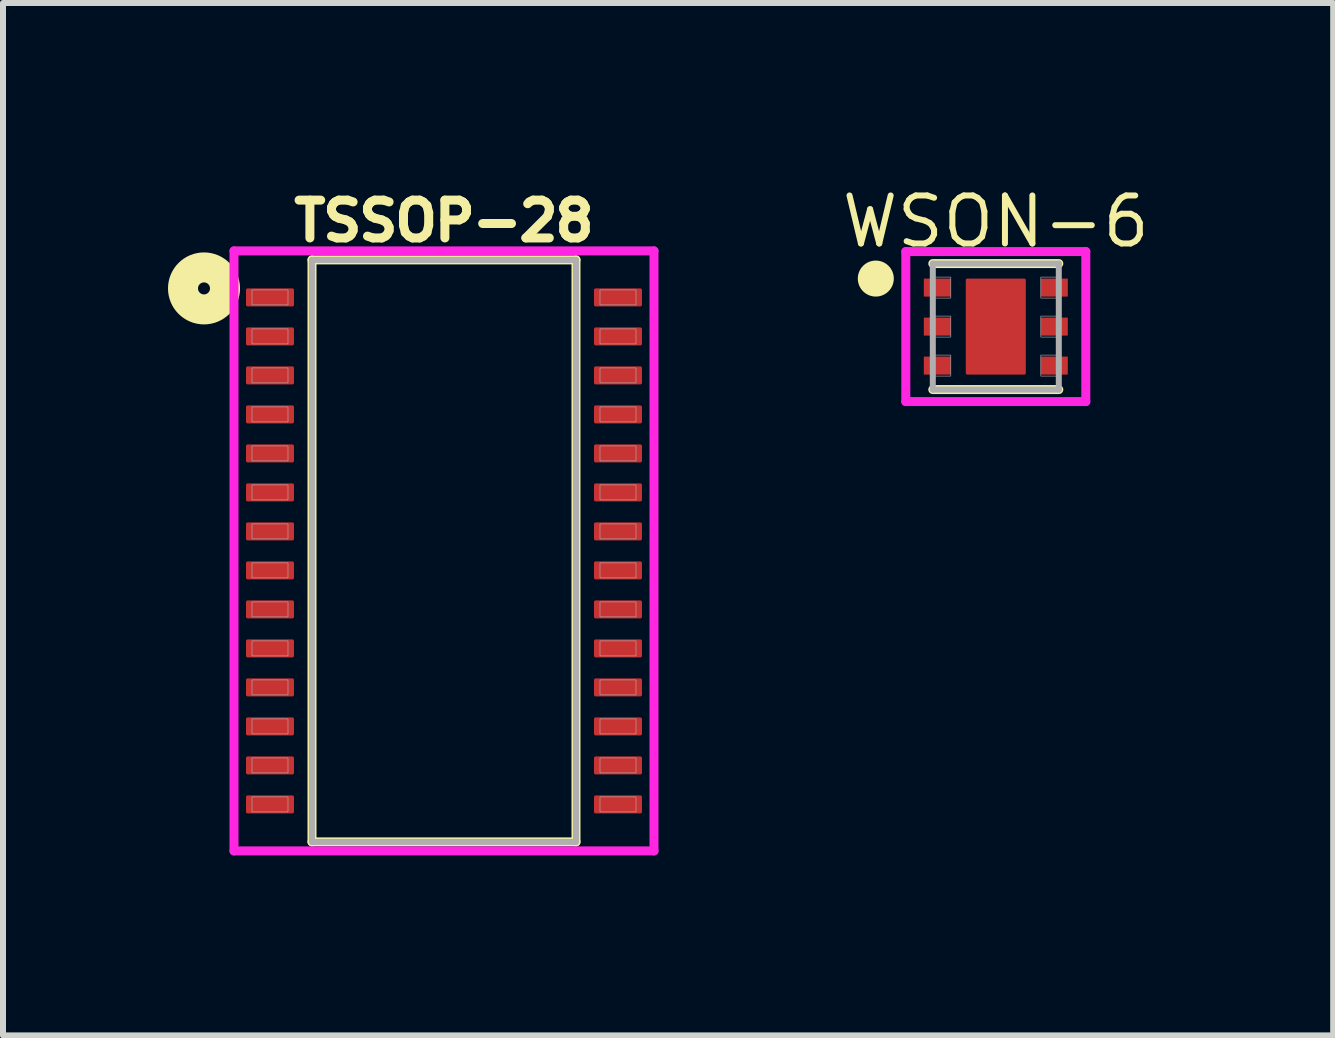
<source format=kicad_pcb>
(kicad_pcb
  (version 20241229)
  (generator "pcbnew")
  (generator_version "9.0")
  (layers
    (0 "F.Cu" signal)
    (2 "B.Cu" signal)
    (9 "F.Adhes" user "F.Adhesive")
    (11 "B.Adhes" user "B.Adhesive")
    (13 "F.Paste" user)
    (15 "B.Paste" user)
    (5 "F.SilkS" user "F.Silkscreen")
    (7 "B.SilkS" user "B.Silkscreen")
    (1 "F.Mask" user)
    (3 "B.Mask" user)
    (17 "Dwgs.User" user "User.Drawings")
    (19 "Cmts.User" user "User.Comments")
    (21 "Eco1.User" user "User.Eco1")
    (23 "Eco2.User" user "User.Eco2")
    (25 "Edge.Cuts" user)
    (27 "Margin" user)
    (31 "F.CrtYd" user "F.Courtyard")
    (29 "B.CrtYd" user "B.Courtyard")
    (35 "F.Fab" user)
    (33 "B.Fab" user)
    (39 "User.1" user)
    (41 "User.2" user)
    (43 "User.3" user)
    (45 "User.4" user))
  (footprint "WSON-6"
    (layer "F.Cu")
    (at 13.547 2.393)
    (property "Reference" "WSON-6" (at 0 -1.75 0) (layer "F.SilkS") (effects (font (size 0.8 0.8) (thickness 0.1))))
    (attr smd)
    (fp_line (start -1.05 -1.05) (end 1.05 -1.05) (stroke (width 0.15) (type solid)) (layer "F.SilkS"))
    (fp_line (start -1.05 1.05) (end 1.05 1.05) (stroke (width 0.15) (type solid)) (layer "F.SilkS"))
    (fp_circle (center -2 -0.8) (end -1.75 -0.8) (stroke (width 0.1) (type solid)) (fill yes) (layer "F.SilkS"))
    (fp_line (start -1.5 -1.25) (end 1.5 -1.25) (stroke (width 0.15) (type solid)) (layer "F.CrtYd"))
    (fp_line (start -1.5 1.25) (end -1.5 -1.25) (stroke (width 0.15) (type solid)) (layer "F.CrtYd"))
    (fp_line (start 1.5 -1.25) (end 1.5 1.25) (stroke (width 0.15) (type solid)) (layer "F.CrtYd"))
    (fp_line (start 1.5 1.25) (end -1.5 1.25) (stroke (width 0.15) (type solid)) (layer "F.CrtYd"))
    (fp_line (start -1.05 -1.05) (end -1.05 1.05) (stroke (width 0.1) (type solid)) (layer "F.Fab"))
    (fp_line (start -1.05 -1.05) (end 1.05 -1.05) (stroke (width 0.1) (type solid)) (layer "F.Fab"))
    (fp_line (start -1.05 1.05) (end 1.05 1.05) (stroke (width 0.1) (type solid)) (layer "F.Fab"))
    (fp_line (start 1.05 1.05) (end 1.05 -1.05) (stroke (width 0.1) (type solid)) (layer "F.Fab"))
    (fp_poly (pts (xy -1.05 -0.825) (xy -0.75 -0.825) (xy -0.75 -0.475) (xy -1.05 -0.475)) (stroke (width 0.01) (type solid)) (fill no) (layer "F.Fab"))
    (fp_poly (pts (xy -1.05 -0.175) (xy -0.75 -0.175) (xy -0.75 0.175) (xy -1.05 0.175)) (stroke (width 0.01) (type solid)) (fill no) (layer "F.Fab"))
    (fp_poly (pts (xy -1.05 0.475) (xy -0.75 0.475) (xy -0.75 0.825) (xy -1.05 0.825)) (stroke (width 0.01) (type solid)) (fill no) (layer "F.Fab"))
    (fp_poly (pts (xy 0.75 -0.825) (xy 1.05 -0.825) (xy 1.05 -0.475) (xy 0.75 -0.475)) (stroke (width 0.01) (type solid)) (fill no) (layer "F.Fab"))
    (fp_poly (pts (xy 0.75 -0.175) (xy 1.05 -0.175) (xy 1.05 0.175) (xy 0.75 0.175)) (stroke (width 0.01) (type solid)) (fill no) (layer "F.Fab"))
    (fp_poly (pts (xy 0.75 0.475) (xy 1.05 0.475) (xy 1.05 0.825) (xy 0.75 0.825)) (stroke (width 0.01) (type solid)) (fill no) (layer "F.Fab"))
    (pad "1" smd roundrect (at -0.975 -0.65) (size 0.45 0.3) (layers "F.Cu" "F.Mask" "F.Paste") (roundrect_rratio 0.025))
    (pad "2" smd roundrect (at -0.975 0) (size 0.45 0.3) (layers "F.Cu" "F.Mask" "F.Paste") (roundrect_rratio 0.025))
    (pad "3" smd roundrect (at -0.975 0.65) (size 0.45 0.3) (layers "F.Cu" "F.Mask" "F.Paste") (roundrect_rratio 0.025))
    (pad "4" smd roundrect (at 0.975 0.65) (size 0.45 0.3) (layers "F.Cu" "F.Mask" "F.Paste") (roundrect_rratio 0.025))
    (pad "5" smd roundrect (at 0.975 0) (size 0.45 0.3) (layers "F.Cu" "F.Mask" "F.Paste") (roundrect_rratio 0.025))
    (pad "6" smd roundrect (at 0.975 -0.65) (size 0.45 0.3) (layers "F.Cu" "F.Mask" "F.Paste") (roundrect_rratio 0.025))
    (pad "PAD" smd roundrect (at 0 0) (size 1 1.6) (layers "F.Cu" "F.Mask" "F.Paste") (roundrect_rratio 0.025)))
  (footprint "TSSOP-28"
    (layer "F.Cu")
    (at 4.35 6.132)
    (property "Reference" "TSSOP-28" (at 0 -5.5 0) (layer "F.SilkS") (effects (font (size 0.63 0.63) (thickness 0.15))))
    (attr smd)
    (fp_line (start -2.2 -4.85) (end 2.2 -4.85) (stroke (width 0.15) (type solid)) (layer "F.SilkS"))
    (fp_line (start -2.2 4.85) (end -2.2 -4.85) (stroke (width 0.15) (type solid)) (layer "F.SilkS"))
    (fp_line (start 2.2 -4.85) (end 2.2 4.85) (stroke (width 0.15) (type solid)) (layer "F.SilkS"))
    (fp_line (start 2.2 4.85) (end -2.2 4.85) (stroke (width 0.15) (type solid)) (layer "F.SilkS"))
    (fp_circle (center -4 -4.375) (end -3.9 -4.375) (stroke (width 0.5) (type solid)) (fill no) (layer "F.SilkS"))
    (fp_line (start -3.5 -5) (end -3.5 5) (stroke (width 0.15) (type solid)) (layer "F.CrtYd"))
    (fp_line (start -3.5 5) (end 3.5 5) (stroke (width 0.15) (type solid)) (layer "F.CrtYd"))
    (fp_line (start 3.5 -5) (end -3.5 -5) (stroke (width 0.15) (type solid)) (layer "F.CrtYd"))
    (fp_line (start 3.5 5) (end 3.5 -5) (stroke (width 0.15) (type solid)) (layer "F.CrtYd"))
    (fp_line (start -2.2 -4.85) (end -2.2 4.85) (stroke (width 0.1) (type solid)) (layer "F.Fab"))
    (fp_line (start -2.2 4.85) (end 2.2 4.85) (stroke (width 0.1) (type solid)) (layer "F.Fab"))
    (fp_line (start 2.2 -4.85) (end -2.2 -4.85) (stroke (width 0.1) (type solid)) (layer "F.Fab"))
    (fp_line (start 2.2 4.85) (end 2.2 -4.85) (stroke (width 0.1) (type solid)) (layer "F.Fab"))
    (fp_poly (pts (xy -3.2 -4.35) (xy -2.6 -4.35) (xy -2.6 -4.1) (xy -3.2 -4.1)) (stroke (width 0.01) (type solid)) (fill no) (layer "F.Fab"))
    (fp_poly (pts (xy -3.2 -3.7) (xy -2.6 -3.7) (xy -2.6 -3.45) (xy -3.2 -3.45)) (stroke (width 0.01) (type solid)) (fill no) (layer "F.Fab"))
    (fp_poly (pts (xy -3.2 -3.05) (xy -2.6 -3.05) (xy -2.6 -2.8) (xy -3.2 -2.8)) (stroke (width 0.01) (type solid)) (fill no) (layer "F.Fab"))
    (fp_poly (pts (xy -3.2 -2.4) (xy -2.6 -2.4) (xy -2.6 -2.15) (xy -3.2 -2.15)) (stroke (width 0.01) (type solid)) (fill no) (layer "F.Fab"))
    (fp_poly (pts (xy -3.2 -1.75) (xy -2.6 -1.75) (xy -2.6 -1.5) (xy -3.2 -1.5)) (stroke (width 0.01) (type solid)) (fill no) (layer "F.Fab"))
    (fp_poly (pts (xy -3.2 -1.1) (xy -2.6 -1.1) (xy -2.6 -0.85) (xy -3.2 -0.85)) (stroke (width 0.01) (type solid)) (fill no) (layer "F.Fab"))
    (fp_poly (pts (xy -3.2 -0.45) (xy -2.6 -0.45) (xy -2.6 -0.2) (xy -3.2 -0.2)) (stroke (width 0.01) (type solid)) (fill no) (layer "F.Fab"))
    (fp_poly (pts (xy -3.2 0.2) (xy -2.6 0.2) (xy -2.6 0.45) (xy -3.2 0.45)) (stroke (width 0.01) (type solid)) (fill no) (layer "F.Fab"))
    (fp_poly (pts (xy -3.2 0.85) (xy -2.6 0.85) (xy -2.6 1.1) (xy -3.2 1.1)) (stroke (width 0.01) (type solid)) (fill no) (layer "F.Fab"))
    (fp_poly (pts (xy -3.2 1.5) (xy -2.6 1.5) (xy -2.6 1.75) (xy -3.2 1.75)) (stroke (width 0.01) (type solid)) (fill no) (layer "F.Fab"))
    (fp_poly (pts (xy -3.2 2.15) (xy -2.6 2.15) (xy -2.6 2.4) (xy -3.2 2.4)) (stroke (width 0.01) (type solid)) (fill no) (layer "F.Fab"))
    (fp_poly (pts (xy -3.2 2.8) (xy -2.6 2.8) (xy -2.6 3.05) (xy -3.2 3.05)) (stroke (width 0.01) (type solid)) (fill no) (layer "F.Fab"))
    (fp_poly (pts (xy -3.2 3.45) (xy -2.6 3.45) (xy -2.6 3.7) (xy -3.2 3.7)) (stroke (width 0.01) (type solid)) (fill no) (layer "F.Fab"))
    (fp_poly (pts (xy -3.2 4.1) (xy -2.6 4.1) (xy -2.6 4.35) (xy -3.2 4.35)) (stroke (width 0.01) (type solid)) (fill no) (layer "F.Fab"))
    (fp_poly (pts (xy 2.6 -4.35) (xy 3.2 -4.35) (xy 3.2 -4.1) (xy 2.6 -4.1)) (stroke (width 0.01) (type solid)) (fill no) (layer "F.Fab"))
    (fp_poly (pts (xy 2.6 -3.7) (xy 3.2 -3.7) (xy 3.2 -3.45) (xy 2.6 -3.45)) (stroke (width 0.01) (type solid)) (fill no) (layer "F.Fab"))
    (fp_poly (pts (xy 2.6 -3.05) (xy 3.2 -3.05) (xy 3.2 -2.8) (xy 2.6 -2.8)) (stroke (width 0.01) (type solid)) (fill no) (layer "F.Fab"))
    (fp_poly (pts (xy 2.6 -2.4) (xy 3.2 -2.4) (xy 3.2 -2.15) (xy 2.6 -2.15)) (stroke (width 0.01) (type solid)) (fill no) (layer "F.Fab"))
    (fp_poly (pts (xy 2.6 -1.75) (xy 3.2 -1.75) (xy 3.2 -1.5) (xy 2.6 -1.5)) (stroke (width 0.01) (type solid)) (fill no) (layer "F.Fab"))
    (fp_poly (pts (xy 2.6 -1.1) (xy 3.2 -1.1) (xy 3.2 -0.85) (xy 2.6 -0.85)) (stroke (width 0.01) (type solid)) (fill no) (layer "F.Fab"))
    (fp_poly (pts (xy 2.6 -0.45) (xy 3.2 -0.45) (xy 3.2 -0.2) (xy 2.6 -0.2)) (stroke (width 0.01) (type solid)) (fill no) (layer "F.Fab"))
    (fp_poly (pts (xy 2.6 0.2) (xy 3.2 0.2) (xy 3.2 0.45) (xy 2.6 0.45)) (stroke (width 0.01) (type solid)) (fill no) (layer "F.Fab"))
    (fp_poly (pts (xy 2.6 0.85) (xy 3.2 0.85) (xy 3.2 1.1) (xy 2.6 1.1)) (stroke (width 0.01) (type solid)) (fill no) (layer "F.Fab"))
    (fp_poly (pts (xy 2.6 1.5) (xy 3.2 1.5) (xy 3.2 1.75) (xy 2.6 1.75)) (stroke (width 0.01) (type solid)) (fill no) (layer "F.Fab"))
    (fp_poly (pts (xy 2.6 2.15) (xy 3.2 2.15) (xy 3.2 2.4) (xy 2.6 2.4)) (stroke (width 0.01) (type solid)) (fill no) (layer "F.Fab"))
    (fp_poly (pts (xy 2.6 2.8) (xy 3.2 2.8) (xy 3.2 3.05) (xy 2.6 3.05)) (stroke (width 0.01) (type solid)) (fill no) (layer "F.Fab"))
    (fp_poly (pts (xy 2.6 3.45) (xy 3.2 3.45) (xy 3.2 3.7) (xy 2.6 3.7)) (stroke (width 0.01) (type solid)) (fill no) (layer "F.Fab"))
    (fp_poly (pts (xy 2.6 4.1) (xy 3.2 4.1) (xy 3.2 4.35) (xy 2.6 4.35)) (stroke (width 0.01) (type solid)) (fill no) (layer "F.Fab"))
    (pad "1" smd roundrect (at -2.9 -4.225) (size 0.8 0.3) (layers "F.Cu" "F.Mask" "F.Paste") (roundrect_rratio 0.09))
    (pad "2" smd roundrect (at -2.9 -3.575) (size 0.8 0.3) (layers "F.Cu" "F.Mask" "F.Paste") (roundrect_rratio 0.09))
    (pad "3" smd roundrect (at -2.9 -2.925) (size 0.8 0.3) (layers "F.Cu" "F.Mask" "F.Paste") (roundrect_rratio 0.09))
    (pad "4" smd roundrect (at -2.9 -2.275) (size 0.8 0.3) (layers "F.Cu" "F.Mask" "F.Paste") (roundrect_rratio 0.09))
    (pad "5" smd roundrect (at -2.9 -1.625) (size 0.8 0.3) (layers "F.Cu" "F.Mask" "F.Paste") (roundrect_rratio 0.09))
    (pad "6" smd roundrect (at -2.9 -0.975) (size 0.8 0.3) (layers "F.Cu" "F.Mask" "F.Paste") (roundrect_rratio 0.09))
    (pad "7" smd roundrect (at -2.9 -0.325) (size 0.8 0.3) (layers "F.Cu" "F.Mask" "F.Paste") (roundrect_rratio 0.09))
    (pad "8" smd roundrect (at -2.9 0.325) (size 0.8 0.3) (layers "F.Cu" "F.Mask" "F.Paste") (roundrect_rratio 0.09))
    (pad "9" smd roundrect (at -2.9 0.975) (size 0.8 0.3) (layers "F.Cu" "F.Mask" "F.Paste") (roundrect_rratio 0.09))
    (pad "10" smd roundrect (at -2.9 1.625) (size 0.8 0.3) (layers "F.Cu" "F.Mask" "F.Paste") (roundrect_rratio 0.09))
    (pad "11" smd roundrect (at -2.9 2.275) (size 0.8 0.3) (layers "F.Cu" "F.Mask" "F.Paste") (roundrect_rratio 0.09))
    (pad "12" smd roundrect (at -2.9 2.925) (size 0.8 0.3) (layers "F.Cu" "F.Mask" "F.Paste") (roundrect_rratio 0.09))
    (pad "13" smd roundrect (at -2.9 3.575) (size 0.8 0.3) (layers "F.Cu" "F.Mask" "F.Paste") (roundrect_rratio 0.09))
    (pad "14" smd roundrect (at -2.9 4.225) (size 0.8 0.3) (layers "F.Cu" "F.Mask" "F.Paste") (roundrect_rratio 0.09))
    (pad "15" smd roundrect (at 2.9 4.225) (size 0.8 0.3) (layers "F.Cu" "F.Mask" "F.Paste") (roundrect_rratio 0.09))
    (pad "16" smd roundrect (at 2.9 3.575) (size 0.8 0.3) (layers "F.Cu" "F.Mask" "F.Paste") (roundrect_rratio 0.09))
    (pad "17" smd roundrect (at 2.9 2.925) (size 0.8 0.3) (layers "F.Cu" "F.Mask" "F.Paste") (roundrect_rratio 0.09))
    (pad "18" smd roundrect (at 2.9 2.275) (size 0.8 0.3) (layers "F.Cu" "F.Mask" "F.Paste") (roundrect_rratio 0.09))
    (pad "19" smd roundrect (at 2.9 1.625) (size 0.8 0.3) (layers "F.Cu" "F.Mask" "F.Paste") (roundrect_rratio 0.09))
    (pad "20" smd roundrect (at 2.9 0.975) (size 0.8 0.3) (layers "F.Cu" "F.Mask" "F.Paste") (roundrect_rratio 0.09))
    (pad "21" smd roundrect (at 2.9 0.325) (size 0.8 0.3) (layers "F.Cu" "F.Mask" "F.Paste") (roundrect_rratio 0.09))
    (pad "22" smd roundrect (at 2.9 -0.325) (size 0.8 0.3) (layers "F.Cu" "F.Mask" "F.Paste") (roundrect_rratio 0.09))
    (pad "23" smd roundrect (at 2.9 -0.975) (size 0.8 0.3) (layers "F.Cu" "F.Mask" "F.Paste") (roundrect_rratio 0.09))
    (pad "24" smd roundrect (at 2.9 -1.625) (size 0.8 0.3) (layers "F.Cu" "F.Mask" "F.Paste") (roundrect_rratio 0.09))
    (pad "25" smd roundrect (at 2.9 -2.275) (size 0.8 0.3) (layers "F.Cu" "F.Mask" "F.Paste") (roundrect_rratio 0.09))
    (pad "26" smd roundrect (at 2.9 -2.925) (size 0.8 0.3) (layers "F.Cu" "F.Mask" "F.Paste") (roundrect_rratio 0.09))
    (pad "27" smd roundrect (at 2.9 -3.575) (size 0.8 0.3) (layers "F.Cu" "F.Mask" "F.Paste") (roundrect_rratio 0.09))
    (pad "28" smd roundrect (at 2.9 -4.225) (size 0.8 0.3) (layers "F.Cu" "F.Mask" "F.Paste") (roundrect_rratio 0.09)))
  (gr_rect
    (start -3 -3)
    (end 19.17 14.207)
    (stroke (width 0.1) (type default))
    (fill no)
    (layer "Edge.Cuts")))
</source>
